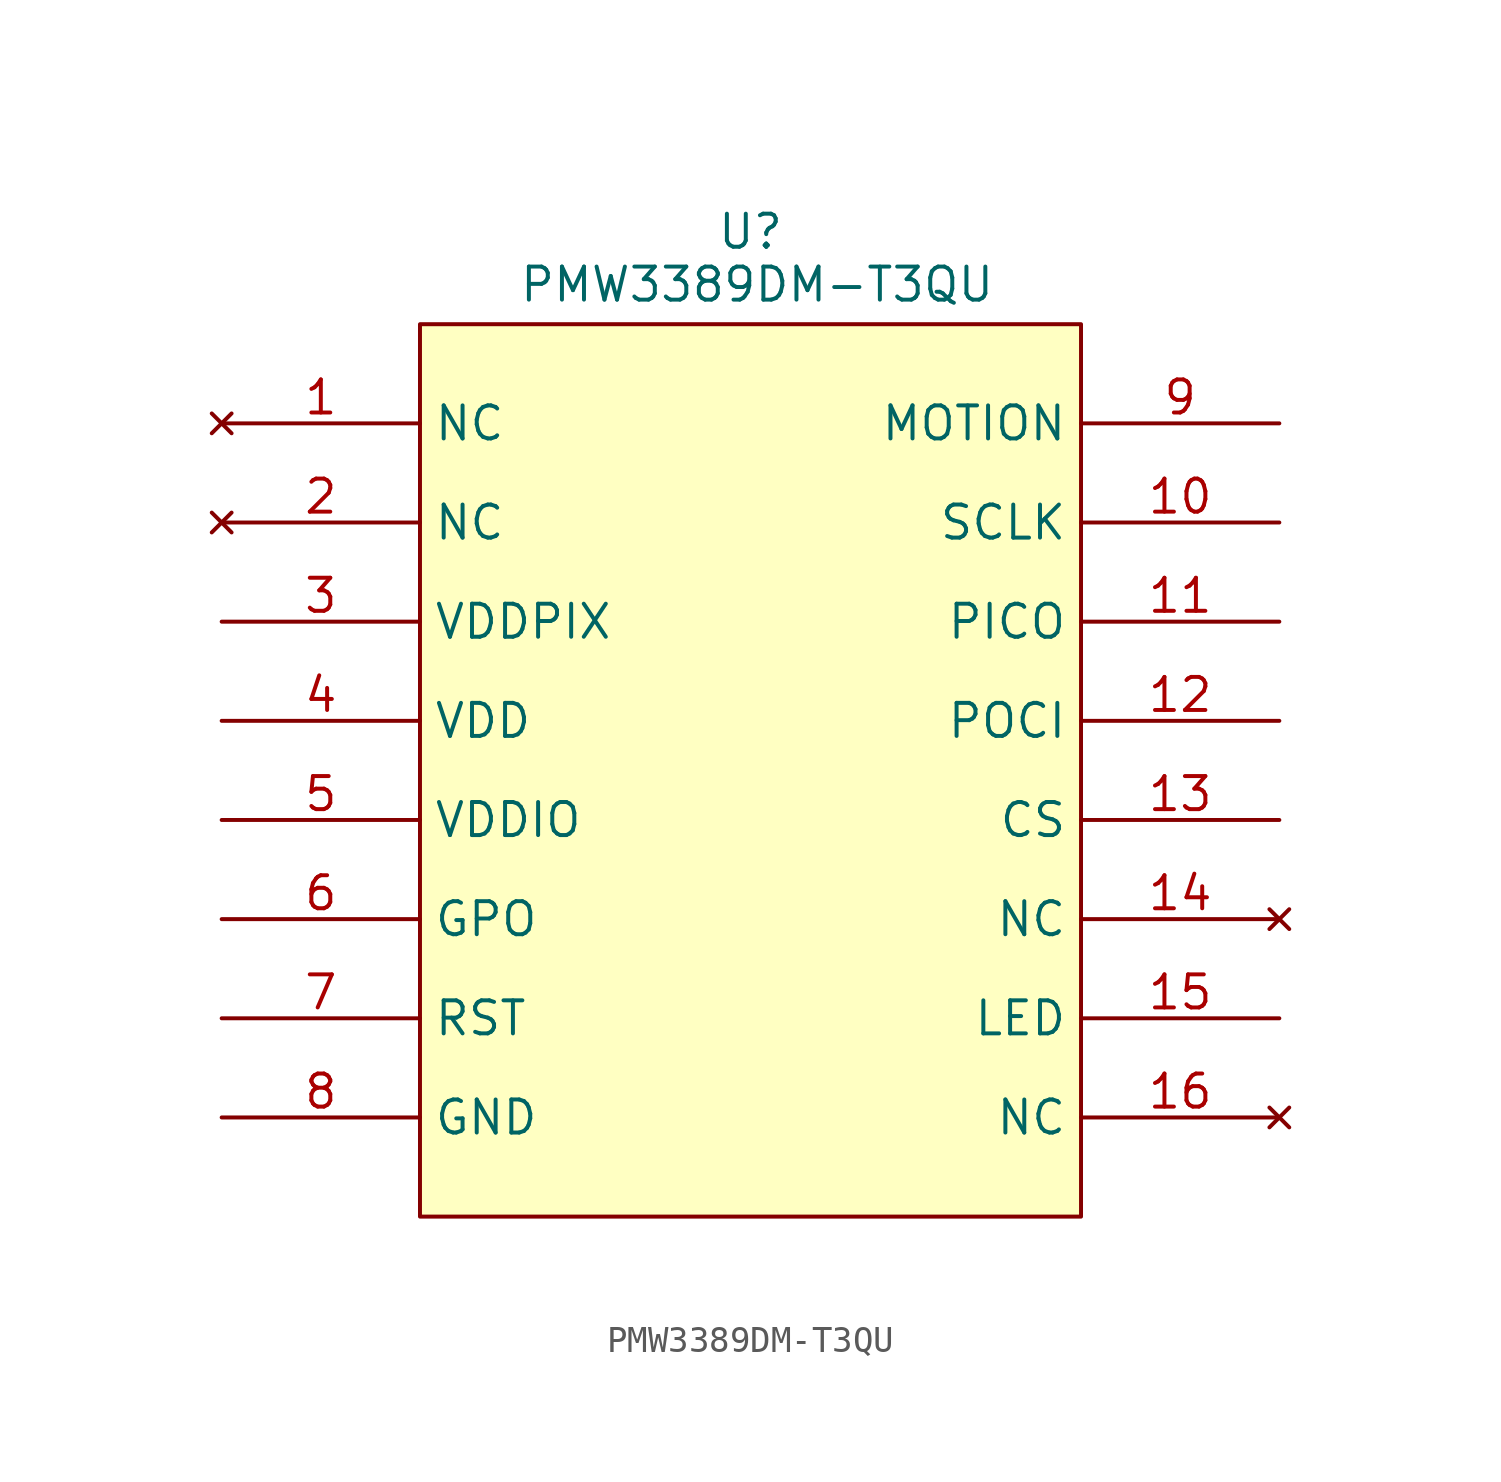
<source format=kicad_sym>
(kicad_symbol_lib
  (version 20241209)
  (generator "kicad_symbol_editor")
  (generator_version "9.0")
  (symbol "PMW3389DM-T3QU"
    (property "Reference" "U"
      (at 0 1.016 0)
      (effects (font (size 1.27 1.27))))
    (property "Value" "PMW3389DM-T3QU"
      (at 0.254 -1.016 0)
      (effects (font (size 1.27 1.27))))
    (symbol "PMW3389DM-T3QU_0_1"
      (rectangle (start -12.7 -2.54) (end 12.7 -36.83) (stroke (width 0) (type default)) (fill (type background))))
    (symbol "PMW3389DM-T3QU_1_1"
      (pin no_connect line (at -20.32 -6.35 0) (length 7.62) (name "NC" (effects (font (size 1.27 1.27)))) (number "1" (effects (font (size 1.27 1.27)))))
      (pin no_connect line (at -20.32 -10.16 0) (length 7.62) (name "NC" (effects (font (size 1.27 1.27)))) (number "2" (effects (font (size 1.27 1.27)))))
      (pin input line (at -20.32 -13.97 0) (length 7.62) (name "VDDPIX" (effects (font (size 1.27 1.27)))) (number "3" (effects (font (size 1.27 1.27)))))
      (pin input line (at -20.32 -17.78 0) (length 7.62) (name "VDD" (effects (font (size 1.27 1.27)))) (number "4" (effects (font (size 1.27 1.27)))))
      (pin input line (at -20.32 -21.59 0) (length 7.62) (name "VDDIO" (effects (font (size 1.27 1.27)))) (number "5" (effects (font (size 1.27 1.27)))))
      (pin output line (at -20.32 -25.4 0) (length 7.62) (name "GPO" (effects (font (size 1.27 1.27)))) (number "6" (effects (font (size 1.27 1.27)))))
      (pin input line (at -20.32 -29.21 0) (length 7.62) (name "RST" (effects (font (size 1.27 1.27)))) (number "7" (effects (font (size 1.27 1.27)))))
      (pin input line (at -20.32 -33.02 0) (length 7.62) (name "GND" (effects (font (size 1.27 1.27)))) (number "8" (effects (font (size 1.27 1.27)))))
      (pin output line (at 20.32 -6.35 180) (length 7.62) (name "MOTION" (effects (font (size 1.27 1.27)))) (number "9" (effects (font (size 1.27 1.27)))))
      (pin input line (at 20.32 -10.16 180) (length 7.62) (name "SCLK" (effects (font (size 1.27 1.27)))) (number "10" (effects (font (size 1.27 1.27)))))
      (pin input line (at 20.32 -13.97 180) (length 7.62) (name "PICO" (effects (font (size 1.27 1.27)))) (number "11" (effects (font (size 1.27 1.27)))))
      (pin output line (at 20.32 -17.78 180) (length 7.62) (name "POCI" (effects (font (size 1.27 1.27)))) (number "12" (effects (font (size 1.27 1.27)))))
      (pin input line (at 20.32 -21.59 180) (length 7.62) (name "CS" (effects (font (size 1.27 1.27)))) (number "13" (effects (font (size 1.27 1.27)))))
      (pin no_connect line (at 20.32 -25.4 180) (length 7.62) (name "NC" (effects (font (size 1.27 1.27)))) (number "14" (effects (font (size 1.27 1.27)))))
      (pin input line (at 20.32 -29.21 180) (length 7.62) (name "LED" (effects (font (size 1.27 1.27)))) (number "15" (effects (font (size 1.27 1.27)))))
      (pin no_connect line (at 20.32 -33.02 180) (length 7.62) (name "NC" (effects (font (size 1.27 1.27)))) (number "16" (effects (font (size 1.27 1.27))))))))
</source>
